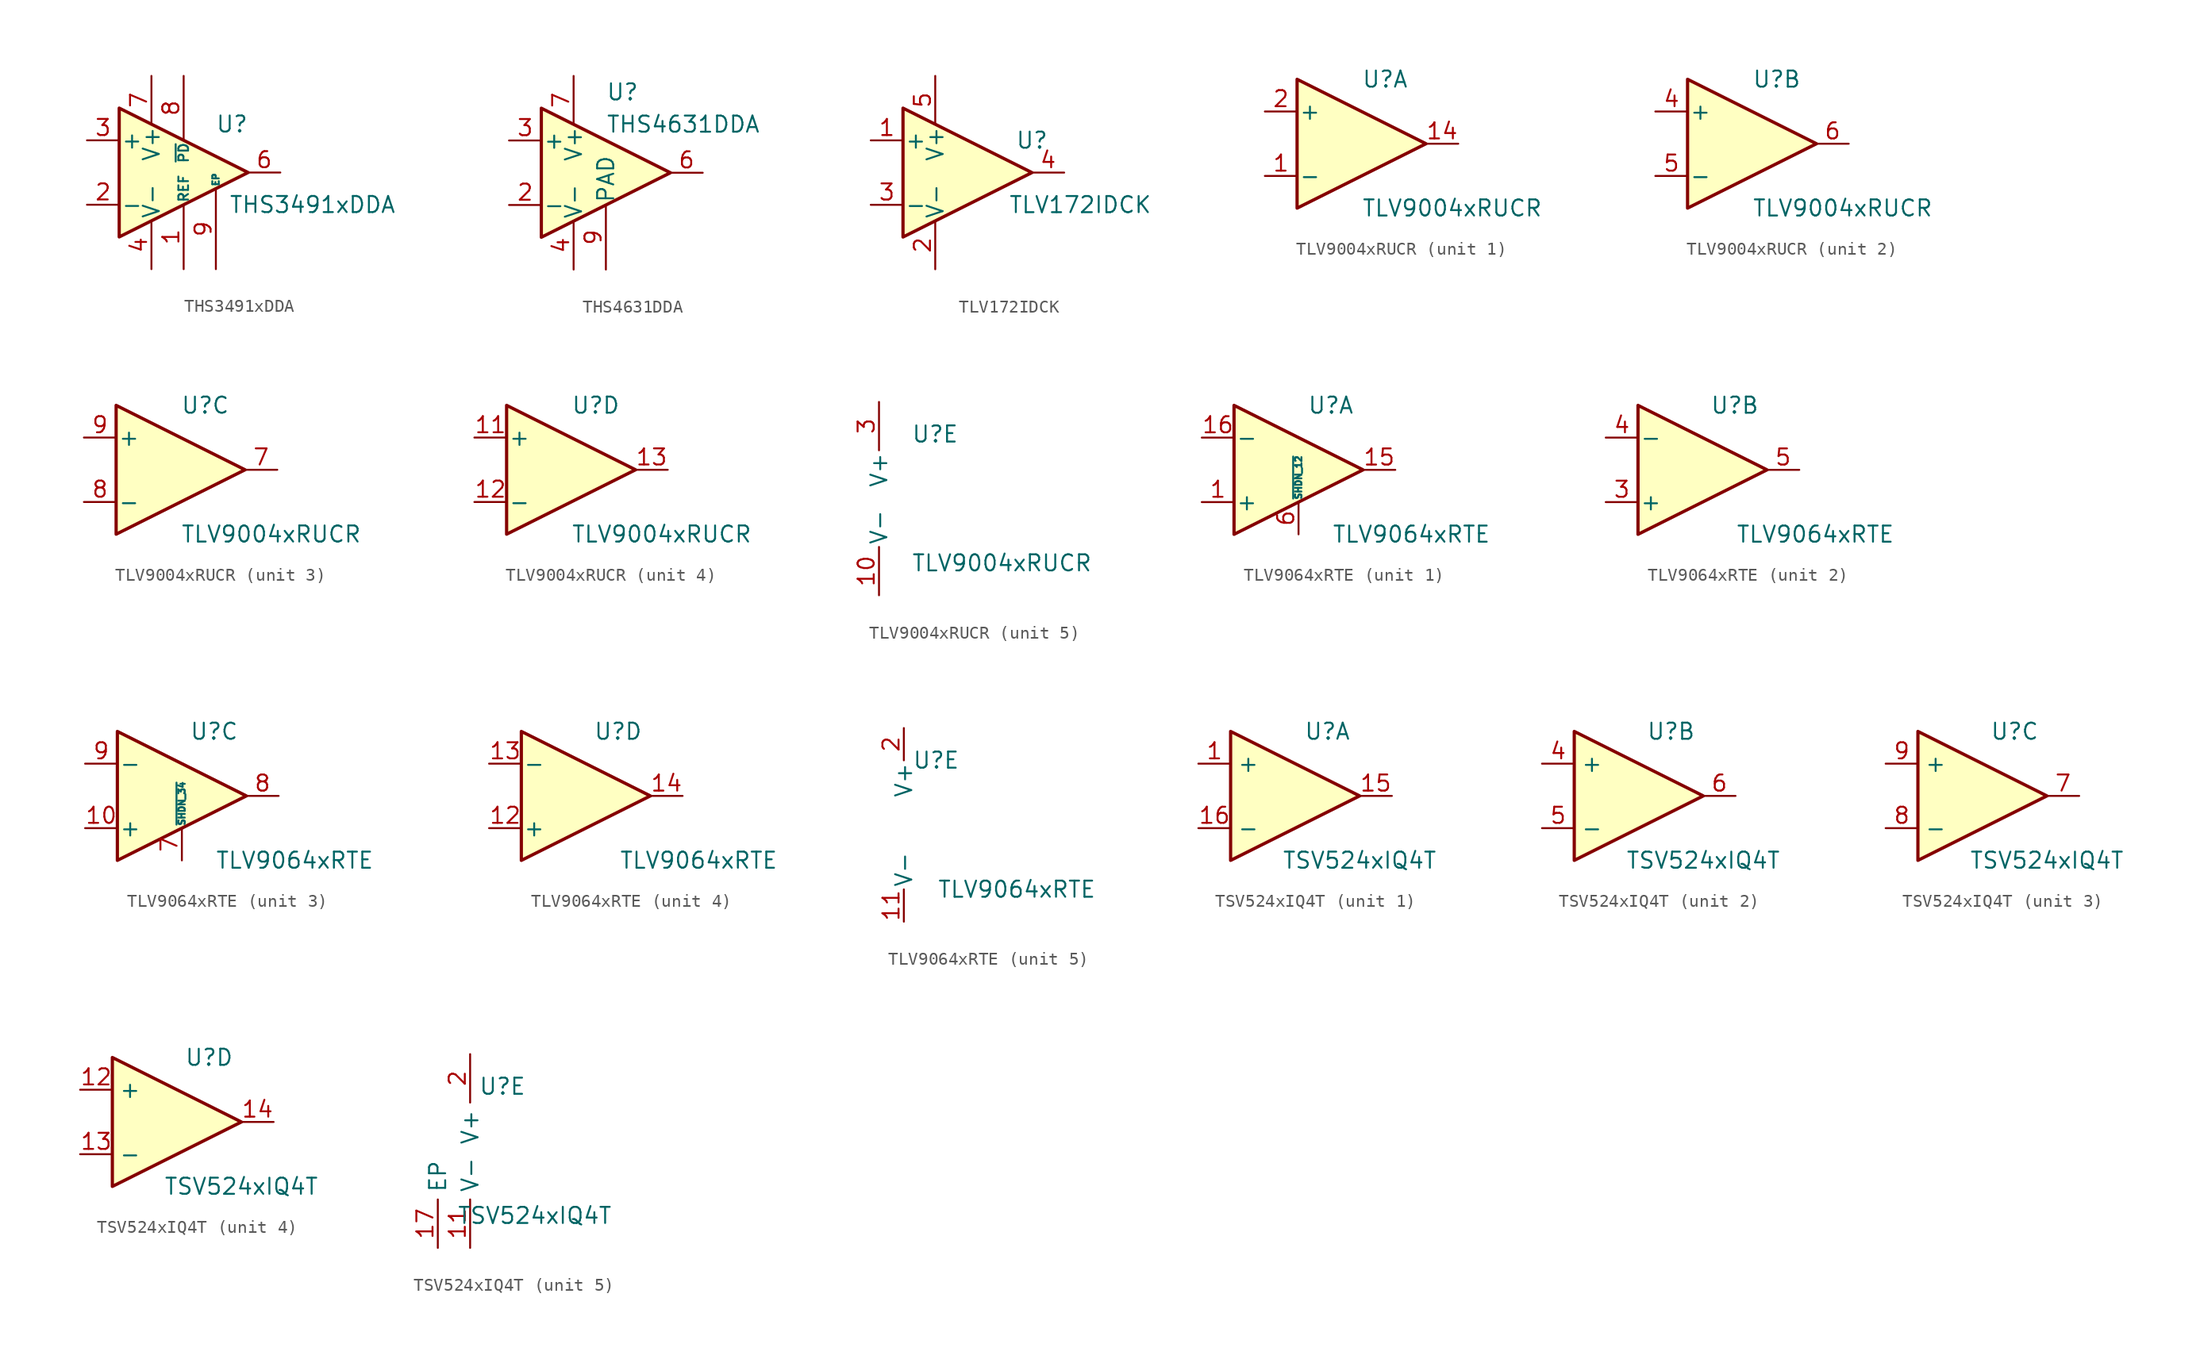
<source format=kicad_sym>
(kicad_symbol_lib
  (version 20241209)
  (generator "kicad_symbol_editor")
  (generator_version "9.0")
  (symbol "THS3491xDDA"
    (pin_names
      (offset 0.127))
    (property "Reference" "U"
      (at 3.81 3.81 0)
      (effects (font (size 1.27 1.27))))
    (property "Value" "THS3491xDDA"
      (at 10.16 -2.54 0)
      (effects (font (size 1.27 1.27))))
    (symbol "THS3491xDDA_1_1"
      (polyline (pts (xy -5.08 5.08) (xy 5.08 0) (xy -5.08 -5.08) (xy -5.08 5.08)) (stroke (width 0.254) (type default)) (fill (type background)))
      (pin input line (at -7.62 2.54 0) (length 2.54) (name "+" (effects (font (size 1.27 1.27)))) (number "3" (effects (font (size 1.27 1.27)))))
      (pin input line (at -7.62 -2.54 0) (length 2.54) (name "-" (effects (font (size 1.27 1.27)))) (number "2" (effects (font (size 1.27 1.27)))))
      (pin no_connect line (at -5.08 0 0) (length 2.54) (hide yes) (name "NC" (effects (font (size 1.27 1.27)))) (number "5" (effects (font (size 1.27 1.27)))))
      (pin power_in line (at -2.54 7.62 270) (length 3.81) (name "V+" (effects (font (size 1.27 1.27)))) (number "7" (effects (font (size 1.27 1.27)))))
      (pin power_in line (at -2.54 -7.62 90) (length 3.81) (name "V-" (effects (font (size 1.27 1.27)))) (number "4" (effects (font (size 1.27 1.27)))))
      (pin input line (at 0 7.62 270) (length 5.08) (name "~{PD}" (effects (font (size 0.762 0.762)))) (number "8" (effects (font (size 1.27 1.27)))))
      (pin input line (at 0 -7.62 90) (length 5.08) (name "REF" (effects (font (size 0.762 0.762)))) (number "1" (effects (font (size 1.27 1.27)))))
      (pin passive line (at 2.54 -7.62 90) (length 6.35) (name "EP" (effects (font (size 0.508 0.508)))) (number "9" (effects (font (size 1.27 1.27)))))
      (pin output line (at 7.62 0 180) (length 2.54) (name "~" (effects (font (size 1.27 1.27)))) (number "6" (effects (font (size 1.27 1.27)))))))
  (symbol "THS4631DDA"
    (pin_names
      (offset 0.127))
    (property "Reference" "U"
      (at 0 6.35 0)
      (effects (font (size 1.27 1.27)) (justify left)))
    (property "Value" "THS4631DDA"
      (at 0 3.81 0)
      (effects (font (size 1.27 1.27)) (justify left)))
    (symbol "THS4631DDA_0_1"
      (polyline (pts (xy -5.08 5.08) (xy 5.08 0) (xy -5.08 -5.08) (xy -5.08 5.08)) (stroke (width 0.254) (type default)) (fill (type background))))
    (symbol "THS4631DDA_1_1"
      (pin input line (at -7.62 2.54 0) (length 2.54) (name "+" (effects (font (size 1.27 1.27)))) (number "3" (effects (font (size 1.27 1.27)))))
      (pin input line (at -7.62 -2.54 0) (length 2.54) (name "-" (effects (font (size 1.27 1.27)))) (number "2" (effects (font (size 1.27 1.27)))))
      (pin power_in line (at -2.54 7.62 270) (length 3.81) (name "V+" (effects (font (size 1.27 1.27)))) (number "7" (effects (font (size 1.27 1.27)))))
      (pin no_connect line (at -2.54 2.54 270) (length 2.54) (hide yes) (name "NC" (effects (font (size 1.27 1.27)))) (number "1" (effects (font (size 1.27 1.27)))))
      (pin power_in line (at -2.54 -7.62 90) (length 3.81) (name "V-" (effects (font (size 1.27 1.27)))) (number "4" (effects (font (size 1.27 1.27)))))
      (pin no_connect line (at 0 2.54 270) (length 2.54) (hide yes) (name "NC" (effects (font (size 1.27 1.27)))) (number "5" (effects (font (size 1.27 1.27)))))
      (pin no_connect line (at 0 -2.54 90) (length 2.54) (hide yes) (name "NC" (effects (font (size 1.27 1.27)))) (number "8" (effects (font (size 1.27 1.27)))))
      (pin passive line (at 0 -7.62 90) (length 5.08) (name "PAD" (effects (font (size 1.27 1.27)))) (number "9" (effects (font (size 1.27 1.27)))))
      (pin output line (at 7.62 0 180) (length 2.54) (name "~" (effects (font (size 1.27 1.27)))) (number "6" (effects (font (size 1.27 1.27)))))))
  (symbol "TLV172IDCK"
    (pin_names
      (offset 0.127))
    (property "Reference" "U"
      (at 7.62 2.54 0)
      (effects (font (size 1.27 1.27))))
    (property "Value" "TLV172IDCK"
      (at 11.43 -2.54 0)
      (effects (font (size 1.27 1.27))))
    (symbol "TLV172IDCK_0_1"
      (polyline (pts (xy -2.54 5.08) (xy -2.54 -5.08) (xy 7.62 0) (xy -2.54 5.08)) (stroke (width 0.254) (type default)) (fill (type background))))
    (symbol "TLV172IDCK_1_1"
      (pin input line (at -5.08 2.54 0) (length 2.54) (name "+" (effects (font (size 1.27 1.27)))) (number "1" (effects (font (size 1.27 1.27)))))
      (pin input line (at -5.08 -2.54 0) (length 2.54) (name "-" (effects (font (size 1.27 1.27)))) (number "3" (effects (font (size 1.27 1.27)))))
      (pin power_in line (at 0 7.62 270) (length 3.81) (name "V+" (effects (font (size 1.27 1.27)))) (number "5" (effects (font (size 1.27 1.27)))))
      (pin power_in line (at 0 -7.62 90) (length 3.81) (name "V-" (effects (font (size 1.27 1.27)))) (number "2" (effects (font (size 1.27 1.27)))))
      (pin output line (at 10.16 0 180) (length 2.54) (name "~" (effects (font (size 1.27 1.27)))) (number "4" (effects (font (size 1.27 1.27)))))))
  (symbol "TLV9004xRUCR"
    (pin_names
      (offset 0.127))
    (property "Reference" "U"
      (at 0 5.08 0)
      (effects (font (size 1.27 1.27)) (justify left)))
    (property "Value" "TLV9004xRUCR"
      (at 0 -5.08 0)
      (effects (font (size 1.27 1.27)) (justify left)))
    (property "ki_locked" ""
      (at 0 0 0)
      (effects (font (size 1.27 1.27))))
    (symbol "TLV9004xRUCR_1_1"
      (polyline (pts (xy -5.08 5.08) (xy 5.08 0) (xy -5.08 -5.08) (xy -5.08 5.08)) (stroke (width 0.254) (type default)) (fill (type background)))
      (pin input line (at -7.62 2.54 0) (length 2.54) (name "+" (effects (font (size 1.27 1.27)))) (number "2" (effects (font (size 1.27 1.27)))))
      (pin input line (at -7.62 -2.54 0) (length 2.54) (name "-" (effects (font (size 1.27 1.27)))) (number "1" (effects (font (size 1.27 1.27)))))
      (pin output line (at 7.62 0 180) (length 2.54) (name "~" (effects (font (size 1.27 1.27)))) (number "14" (effects (font (size 1.27 1.27))))))
    (symbol "TLV9004xRUCR_2_1"
      (polyline (pts (xy -5.08 5.08) (xy 5.08 0) (xy -5.08 -5.08) (xy -5.08 5.08)) (stroke (width 0.254) (type default)) (fill (type background)))
      (pin input line (at -7.62 2.54 0) (length 2.54) (name "+" (effects (font (size 1.27 1.27)))) (number "4" (effects (font (size 1.27 1.27)))))
      (pin input line (at -7.62 -2.54 0) (length 2.54) (name "-" (effects (font (size 1.27 1.27)))) (number "5" (effects (font (size 1.27 1.27)))))
      (pin output line (at 7.62 0 180) (length 2.54) (name "~" (effects (font (size 1.27 1.27)))) (number "6" (effects (font (size 1.27 1.27))))))
    (symbol "TLV9004xRUCR_3_1"
      (polyline (pts (xy -5.08 5.08) (xy 5.08 0) (xy -5.08 -5.08) (xy -5.08 5.08)) (stroke (width 0.254) (type default)) (fill (type background)))
      (pin input line (at -7.62 2.54 0) (length 2.54) (name "+" (effects (font (size 1.27 1.27)))) (number "9" (effects (font (size 1.27 1.27)))))
      (pin input line (at -7.62 -2.54 0) (length 2.54) (name "-" (effects (font (size 1.27 1.27)))) (number "8" (effects (font (size 1.27 1.27)))))
      (pin output line (at 7.62 0 180) (length 2.54) (name "~" (effects (font (size 1.27 1.27)))) (number "7" (effects (font (size 1.27 1.27))))))
    (symbol "TLV9004xRUCR_4_1"
      (polyline (pts (xy -5.08 5.08) (xy 5.08 0) (xy -5.08 -5.08) (xy -5.08 5.08)) (stroke (width 0.254) (type default)) (fill (type background)))
      (pin input line (at -7.62 2.54 0) (length 2.54) (name "+" (effects (font (size 1.27 1.27)))) (number "11" (effects (font (size 1.27 1.27)))))
      (pin input line (at -7.62 -2.54 0) (length 2.54) (name "-" (effects (font (size 1.27 1.27)))) (number "12" (effects (font (size 1.27 1.27)))))
      (pin output line (at 7.62 0 180) (length 2.54) (name "~" (effects (font (size 1.27 1.27)))) (number "13" (effects (font (size 1.27 1.27))))))
    (symbol "TLV9004xRUCR_5_1"
      (pin power_in line (at -2.54 7.62 270) (length 3.81) (name "V+" (effects (font (size 1.27 1.27)))) (number "3" (effects (font (size 1.27 1.27)))))
      (pin power_in line (at -2.54 -7.62 90) (length 3.81) (name "V-" (effects (font (size 1.27 1.27)))) (number "10" (effects (font (size 1.27 1.27)))))))
  (symbol "TLV9064xRTE"
    (pin_names
      (offset 0.127))
    (property "Reference" "U"
      (at 2.54 5.08 0)
      (effects (font (size 1.27 1.27))))
    (property "Value" "TLV9064xRTE"
      (at 8.89 -5.08 0)
      (effects (font (size 1.27 1.27))))
    (property "ki_locked" ""
      (at 0 0 0)
      (effects (font (size 1.27 1.27))))
    (symbol "TLV9064xRTE_1_1"
      (polyline (pts (xy 5.08 0) (xy -5.08 5.08) (xy -5.08 -5.08) (xy 5.08 0)) (stroke (width 0.254) (type default)) (fill (type background)))
      (pin input line (at -7.62 2.54 0) (length 2.54) (name "-" (effects (font (size 1.27 1.27)))) (number "16" (effects (font (size 1.27 1.27)))))
      (pin input line (at -7.62 -2.54 0) (length 2.54) (name "+" (effects (font (size 1.27 1.27)))) (number "1" (effects (font (size 1.27 1.27)))))
      (pin input line (at 0 -5.08 90) (length 2.54) (name "~{SHDN_12}" (effects (font (size 0.508 0.508)))) (number "6" (effects (font (size 1.27 1.27)))))
      (pin output line (at 7.62 0 180) (length 2.54) (name "~" (effects (font (size 1.27 1.27)))) (number "15" (effects (font (size 1.27 1.27))))))
    (symbol "TLV9064xRTE_2_1"
      (polyline (pts (xy 5.08 0) (xy -5.08 5.08) (xy -5.08 -5.08) (xy 5.08 0)) (stroke (width 0.254) (type default)) (fill (type background)))
      (pin input line (at -7.62 2.54 0) (length 2.54) (name "-" (effects (font (size 1.27 1.27)))) (number "4" (effects (font (size 1.27 1.27)))))
      (pin input line (at -7.62 -2.54 0) (length 2.54) (name "+" (effects (font (size 1.27 1.27)))) (number "3" (effects (font (size 1.27 1.27)))))
      (pin output line (at 7.62 0 180) (length 2.54) (name "~" (effects (font (size 1.27 1.27)))) (number "5" (effects (font (size 1.27 1.27))))))
    (symbol "TLV9064xRTE_3_1"
      (polyline (pts (xy 5.08 0) (xy -5.08 5.08) (xy -5.08 -5.08) (xy 5.08 0)) (stroke (width 0.254) (type default)) (fill (type background)))
      (pin input line (at -7.62 2.54 0) (length 2.54) (name "-" (effects (font (size 1.27 1.27)))) (number "9" (effects (font (size 1.27 1.27)))))
      (pin input line (at -7.62 -2.54 0) (length 2.54) (name "+" (effects (font (size 1.27 1.27)))) (number "10" (effects (font (size 1.27 1.27)))))
      (pin input line (at 0 -5.08 90) (length 2.54) (name "~{SHDN_34}" (effects (font (size 0.508 0.508)))) (number "7" (effects (font (size 1.27 1.27)))))
      (pin output line (at 7.62 0 180) (length 2.54) (name "~" (effects (font (size 1.27 1.27)))) (number "8" (effects (font (size 1.27 1.27))))))
    (symbol "TLV9064xRTE_4_1"
      (polyline (pts (xy 5.08 0) (xy -5.08 5.08) (xy -5.08 -5.08) (xy 5.08 0)) (stroke (width 0.254) (type default)) (fill (type background)))
      (pin input line (at -7.62 2.54 0) (length 2.54) (name "-" (effects (font (size 1.27 1.27)))) (number "13" (effects (font (size 1.27 1.27)))))
      (pin input line (at -7.62 -2.54 0) (length 2.54) (name "+" (effects (font (size 1.27 1.27)))) (number "12" (effects (font (size 1.27 1.27)))))
      (pin output line (at 7.62 0 180) (length 2.54) (name "~" (effects (font (size 1.27 1.27)))) (number "14" (effects (font (size 1.27 1.27))))))
    (symbol "TLV9064xRTE_5_1"
      (pin power_in line (at 0 7.62 270) (length 2.54) (name "V+" (effects (font (size 1.27 1.27)))) (number "2" (effects (font (size 1.27 1.27)))))
      (pin power_in line (at 0 -7.62 90) (length 2.54) (name "V-" (effects (font (size 1.27 1.27)))) (number "11" (effects (font (size 1.27 1.27)))))
      (pin passive line (at 0 -7.62 90) (length 2.54) (hide yes) (name "V-" (effects (font (size 1.27 1.27)))) (number "17" (effects (font (size 1.27 1.27)))))))
  (symbol "TSV524xIQ4T"
    (property "Reference" "U"
      (at 2.54 5.08 0)
      (effects (font (size 1.27 1.27))))
    (property "Value" "TSV524xIQ4T"
      (at 5.08 -5.08 0)
      (effects (font (size 1.27 1.27))))
    (property "ki_locked" ""
      (at 0 0 0)
      (effects (font (size 1.27 1.27))))
    (symbol "TSV524xIQ4T_1_1"
      (polyline (pts (xy -5.08 5.08) (xy 5.08 0) (xy -5.08 -5.08) (xy -5.08 5.08)) (stroke (width 0.254) (type default)) (fill (type background)))
      (pin input line (at -7.62 2.54 0) (length 2.54) (name "+" (effects (font (size 1.27 1.27)))) (number "1" (effects (font (size 1.27 1.27)))))
      (pin input line (at -7.62 -2.54 0) (length 2.54) (name "-" (effects (font (size 1.27 1.27)))) (number "16" (effects (font (size 1.27 1.27)))))
      (pin output line (at 7.62 0 180) (length 2.54) (name "~" (effects (font (size 1.27 1.27)))) (number "15" (effects (font (size 1.27 1.27))))))
    (symbol "TSV524xIQ4T_2_1"
      (polyline (pts (xy -5.08 5.08) (xy 5.08 0) (xy -5.08 -5.08) (xy -5.08 5.08)) (stroke (width 0.254) (type default)) (fill (type background)))
      (pin input line (at -7.62 2.54 0) (length 2.54) (name "+" (effects (font (size 1.27 1.27)))) (number "4" (effects (font (size 1.27 1.27)))))
      (pin input line (at -7.62 -2.54 0) (length 2.54) (name "-" (effects (font (size 1.27 1.27)))) (number "5" (effects (font (size 1.27 1.27)))))
      (pin output line (at 7.62 0 180) (length 2.54) (name "~" (effects (font (size 1.27 1.27)))) (number "6" (effects (font (size 1.27 1.27))))))
    (symbol "TSV524xIQ4T_3_1"
      (polyline (pts (xy -5.08 5.08) (xy 5.08 0) (xy -5.08 -5.08) (xy -5.08 5.08)) (stroke (width 0.254) (type default)) (fill (type background)))
      (pin input line (at -7.62 2.54 0) (length 2.54) (name "+" (effects (font (size 1.27 1.27)))) (number "9" (effects (font (size 1.27 1.27)))))
      (pin input line (at -7.62 -2.54 0) (length 2.54) (name "-" (effects (font (size 1.27 1.27)))) (number "8" (effects (font (size 1.27 1.27)))))
      (pin output line (at 7.62 0 180) (length 2.54) (name "~" (effects (font (size 1.27 1.27)))) (number "7" (effects (font (size 1.27 1.27))))))
    (symbol "TSV524xIQ4T_4_1"
      (polyline (pts (xy -5.08 5.08) (xy 5.08 0) (xy -5.08 -5.08) (xy -5.08 5.08)) (stroke (width 0.254) (type default)) (fill (type background)))
      (pin input line (at -7.62 2.54 0) (length 2.54) (name "+" (effects (font (size 1.27 1.27)))) (number "12" (effects (font (size 1.27 1.27)))))
      (pin input line (at -7.62 -2.54 0) (length 2.54) (name "-" (effects (font (size 1.27 1.27)))) (number "13" (effects (font (size 1.27 1.27)))))
      (pin output line (at 7.62 0 180) (length 2.54) (name "~" (effects (font (size 1.27 1.27)))) (number "14" (effects (font (size 1.27 1.27))))))
    (symbol "TSV524xIQ4T_5_1"
      (pin no_connect line (at -2.54 2.54 0) (length 3.81) (hide yes) (name "NC" (effects (font (size 1.27 1.27)))) (number "3" (effects (font (size 1.27 1.27)))))
      (pin no_connect line (at -2.54 0 0) (length 3.81) (hide yes) (name "NC" (effects (font (size 1.27 1.27)))) (number "10" (effects (font (size 1.27 1.27)))))
      (pin passive line (at -2.54 -7.62 90) (length 3.81) (name "EP" (effects (font (size 1.27 1.27)))) (number "17" (effects (font (size 1.27 1.27)))))
      (pin power_in line (at 0 7.62 270) (length 3.81) (name "V+" (effects (font (size 1.27 1.27)))) (number "2" (effects (font (size 1.27 1.27)))))
      (pin power_in line (at 0 -7.62 90) (length 3.81) (name "V-" (effects (font (size 1.27 1.27)))) (number "11" (effects (font (size 1.27 1.27))))))))
</source>
